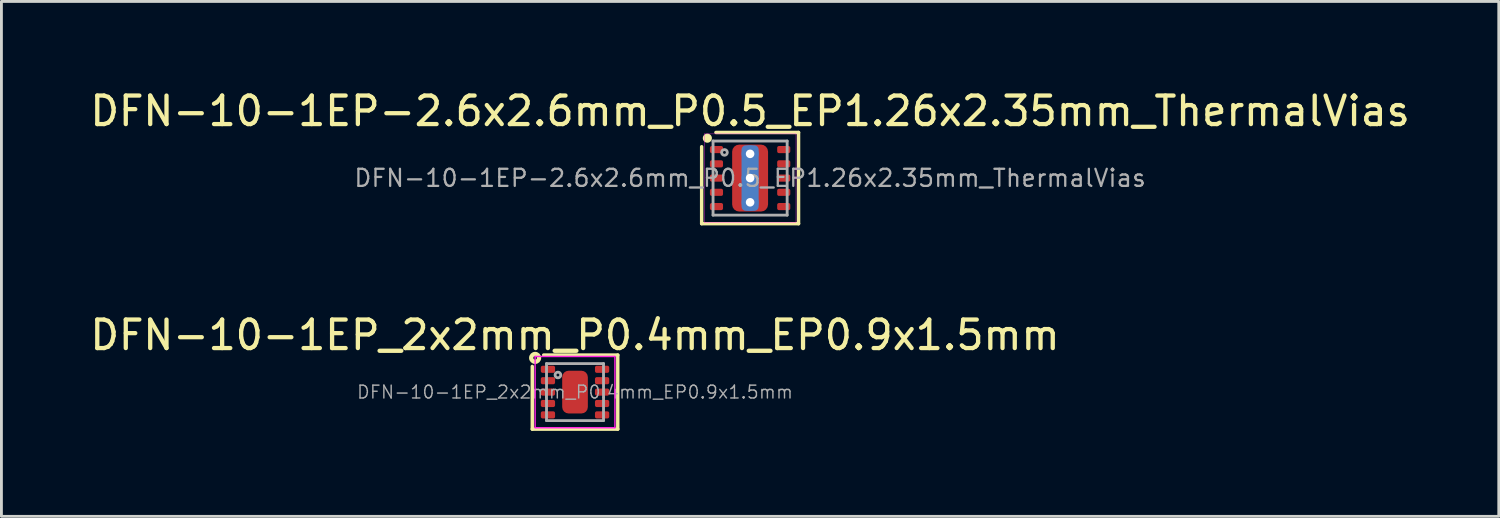
<source format=kicad_pcb>
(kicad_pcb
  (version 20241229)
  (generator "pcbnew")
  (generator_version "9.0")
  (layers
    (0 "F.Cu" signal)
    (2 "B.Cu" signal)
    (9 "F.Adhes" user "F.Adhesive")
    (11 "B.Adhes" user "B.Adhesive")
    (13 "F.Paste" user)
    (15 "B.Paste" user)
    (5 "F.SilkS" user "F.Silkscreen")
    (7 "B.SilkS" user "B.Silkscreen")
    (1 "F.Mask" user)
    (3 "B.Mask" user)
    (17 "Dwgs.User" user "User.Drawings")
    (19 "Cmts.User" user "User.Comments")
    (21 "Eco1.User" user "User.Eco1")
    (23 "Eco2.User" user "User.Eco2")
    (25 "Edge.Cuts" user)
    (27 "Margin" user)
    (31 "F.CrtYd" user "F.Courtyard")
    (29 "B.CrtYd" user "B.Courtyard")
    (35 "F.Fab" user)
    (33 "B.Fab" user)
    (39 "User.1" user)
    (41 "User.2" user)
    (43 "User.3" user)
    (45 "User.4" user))
  (footprint "DFN-10-1EP_2x2mm_P0.4mm_EP0.9x1.5mm"
    (layer "F.Cu")
    (at 17.125 10.707)
    (property "Reference" "DFN-10-1EP_2x2mm_P0.4mm_EP0.9x1.5mm" (at 0 -2 0) (layer "F.SilkS") (effects (font (size 1 1) (thickness 0.15))))
    (attr smd)
    (fp_line (start -1.5 1.3) (end -1.5 -0.9) (stroke (width 0.12) (type solid)) (layer "F.SilkS"))
    (fp_line (start -1.1 -1.3) (end 1.5 -1.3) (stroke (width 0.12) (type solid)) (layer "F.SilkS"))
    (fp_line (start 1.5 -1.3) (end 1.5 1.3) (stroke (width 0.12) (type solid)) (layer "F.SilkS"))
    (fp_line (start 1.5 1.3) (end -1.5 1.3) (stroke (width 0.12) (type solid)) (layer "F.SilkS"))
    (fp_circle (center -1.4 -1.2) (end -1.337 -1.2) (stroke (width 0.15) (type solid)) (fill no) (layer "F.SilkS"))
    (fp_line (start -1.4 1.25) (end -1.4 -1.25) (stroke (width 0.05) (type solid)) (layer "F.CrtYd"))
    (fp_line (start -1.4 1.25) (end 1.4 1.25) (stroke (width 0.05) (type solid)) (layer "F.CrtYd"))
    (fp_line (start 1.4 -1.25) (end -1.4 -1.25) (stroke (width 0.05) (type solid)) (layer "F.CrtYd"))
    (fp_line (start 1.4 -1.25) (end 1.4 1.25) (stroke (width 0.05) (type solid)) (layer "F.CrtYd"))
    (fp_line (start -1 -1) (end -1 1) (stroke (width 0.1) (type solid)) (layer "F.Fab"))
    (fp_line (start 1 -1) (end -1 -1) (stroke (width 0.1) (type solid)) (layer "F.Fab"))
    (fp_line (start 1 1) (end -1 1) (stroke (width 0.1) (type solid)) (layer "F.Fab"))
    (fp_line (start 1 1) (end 1 -1) (stroke (width 0.1) (type solid)) (layer "F.Fab"))
    (fp_circle (center -0.6 -0.6) (end -0.5 -0.6) (stroke (width 0.1) (type solid)) (fill no) (layer "F.Fab"))
    (fp_text user "${REFERENCE}" (at 0 0 0) (layer "F.Fab") (effects (font (size 0.45 0.45) (thickness 0.05))))
    (pad "" smd roundrect (at 0 -0.4) (size 0.7 0.6) (layers "F.Paste") (roundrect_rratio 0.25))
    (pad "" smd roundrect (at 0 0.4) (size 0.7 0.6) (layers "F.Paste") (roundrect_rratio 0.25))
    (pad "1" smd roundrect (at -0.95 -0.8) (size 0.5 0.25) (layers "F.Cu" "F.Mask" "F.Paste") (roundrect_rratio 0.25))
    (pad "2" smd roundrect (at -0.95 -0.4) (size 0.5 0.25) (layers "F.Cu" "F.Mask" "F.Paste") (roundrect_rratio 0.25))
    (pad "3" smd roundrect (at -0.95 0) (size 0.5 0.25) (layers "F.Cu" "F.Mask" "F.Paste") (roundrect_rratio 0.25))
    (pad "4" smd roundrect (at -0.95 0.4) (size 0.5 0.25) (layers "F.Cu" "F.Mask" "F.Paste") (roundrect_rratio 0.25))
    (pad "5" smd roundrect (at -0.95 0.8) (size 0.5 0.25) (layers "F.Cu" "F.Mask" "F.Paste") (roundrect_rratio 0.25))
    (pad "6" smd roundrect (at 0.95 0.8) (size 0.5 0.25) (layers "F.Cu" "F.Mask" "F.Paste") (roundrect_rratio 0.25))
    (pad "7" smd roundrect (at 0.95 0.4) (size 0.5 0.25) (layers "F.Cu" "F.Mask" "F.Paste") (roundrect_rratio 0.25))
    (pad "8" smd roundrect (at 0.95 0) (size 0.5 0.25) (layers "F.Cu" "F.Mask" "F.Paste") (roundrect_rratio 0.25))
    (pad "9" smd roundrect (at 0.95 -0.4) (size 0.5 0.25) (layers "F.Cu" "F.Mask" "F.Paste") (roundrect_rratio 0.25))
    (pad "10" smd roundrect (at 0.95 -0.8) (size 0.5 0.25) (layers "F.Cu" "F.Mask" "F.Paste") (roundrect_rratio 0.25))
    (pad "11" smd roundrect (at 0 0) (size 0.9 1.5) (layers "F.Cu" "F.Mask") (roundrect_rratio 0.25)))
  (footprint "DFN-10-1EP-2.6x2.6mm_P0.5_EP1.26x2.35mm_ThermalVias"
    (layer "F.Cu")
    (at 23.268 3.198)
    (property "Reference" "DFN-10-1EP-2.6x2.6mm_P0.5_EP1.26x2.35mm_ThermalVias" (at 0 -2.35 0) (unlocked yes) (layer "F.SilkS") (effects (font (size 1 1) (thickness 0.15))))
    (fp_line (start -1.7 1.6) (end -1.7 -1.1) (stroke (width 0.12) (type solid)) (layer "F.SilkS"))
    (fp_line (start -1.7 1.6) (end 1.7 1.6) (stroke (width 0.12) (type solid)) (layer "F.SilkS"))
    (fp_line (start 1.7 -1.6) (end -1.2 -1.6) (stroke (width 0.12) (type solid)) (layer "F.SilkS"))
    (fp_line (start 1.7 1.6) (end 1.7 -1.6) (stroke (width 0.12) (type solid)) (layer "F.SilkS"))
    (fp_circle (center -1.5 -1.4) (end -1.4 -1.4) (stroke (width 0.12) (type solid)) (fill yes) (layer "F.SilkS"))
    (fp_line (start -1.61 -1.55) (end -1.61 1.55) (stroke (width 0.013) (type solid)) (layer "F.CrtYd"))
    (fp_line (start -1.61 1.55) (end 1.61 1.55) (stroke (width 0.013) (type solid)) (layer "F.CrtYd"))
    (fp_line (start 1.61 -1.55) (end -1.61 -1.55) (stroke (width 0.013) (type solid)) (layer "F.CrtYd"))
    (fp_line (start 1.61 1.55) (end 1.61 -1.55) (stroke (width 0.013) (type solid)) (layer "F.CrtYd"))
    (fp_line (start -1.3 -1.3) (end 1.3 -1.3) (stroke (width 0.1) (type solid)) (layer "F.Fab"))
    (fp_line (start -1.3 1.3) (end -1.3 -1.3) (stroke (width 0.1) (type solid)) (layer "F.Fab"))
    (fp_line (start 1.3 -1.3) (end 1.3 1.3) (stroke (width 0.1) (type solid)) (layer "F.Fab"))
    (fp_line (start 1.3 1.3) (end -1.3 1.3) (stroke (width 0.1) (type solid)) (layer "F.Fab"))
    (fp_circle (center -0.9 -0.9) (end -0.8 -0.9) (stroke (width 0.1) (type solid)) (fill no) (layer "F.Fab"))
    (fp_text user "${REFERENCE}" (at 0 0 180) (layer "F.Fab") (effects (font (size 0.6 0.6) (thickness 0.08))))
    (pad "" smd roundrect (at -0.325 -0.575) (size 0.45 0.95) (layers "F.Paste") (roundrect_rratio 0.25))
    (pad "" smd roundrect (at -0.325 0.575) (size 0.45 0.95) (layers "F.Paste") (roundrect_rratio 0.25))
    (pad "" smd roundrect (at 0.325 -0.575) (size 0.45 0.95) (layers "F.Paste") (roundrect_rratio 0.25))
    (pad "" smd roundrect (at 0.325 0.575) (size 0.45 0.95) (layers "F.Paste") (roundrect_rratio 0.25))
    (pad "1" smd roundrect (at -1.18 -1) (size 0.46 0.25) (layers "F.Cu" "F.Mask" "F.Paste") (roundrect_rratio 0.25))
    (pad "2" smd roundrect (at -1.18 -0.5) (size 0.46 0.25) (layers "F.Cu" "F.Mask" "F.Paste") (roundrect_rratio 0.25))
    (pad "3" smd roundrect (at -1.18 0) (size 0.46 0.25) (layers "F.Cu" "F.Mask" "F.Paste") (roundrect_rratio 0.25))
    (pad "4" smd roundrect (at -1.18 0.5) (size 0.46 0.25) (layers "F.Cu" "F.Mask" "F.Paste") (roundrect_rratio 0.25))
    (pad "5" smd roundrect (at -1.18 1) (size 0.46 0.25) (layers "F.Cu" "F.Mask" "F.Paste") (roundrect_rratio 0.25))
    (pad "6" smd roundrect (at 1.18 1) (size 0.46 0.25) (layers "F.Cu" "F.Mask" "F.Paste") (roundrect_rratio 0.25))
    (pad "7" smd roundrect (at 1.18 0.5) (size 0.46 0.25) (layers "F.Cu" "F.Mask" "F.Paste") (roundrect_rratio 0.25))
    (pad "8" smd roundrect (at 1.18 0) (size 0.46 0.25) (layers "F.Cu" "F.Mask" "F.Paste") (roundrect_rratio 0.25))
    (pad "9" smd roundrect (at 1.18 -0.5) (size 0.46 0.25) (layers "F.Cu" "F.Mask" "F.Paste") (roundrect_rratio 0.25))
    (pad "10" smd roundrect (at 1.18 -1) (size 0.46 0.25) (layers "F.Cu" "F.Mask" "F.Paste") (roundrect_rratio 0.25))
    (pad "11" thru_hole circle (at 0 -0.85) (size 0.6 0.6) (drill 0.3) (property pad_prop_heatsink) (layers "*.Cu"))
    (pad "11" thru_hole circle (at 0 0) (size 0.6 0.6) (drill 0.3) (property pad_prop_heatsink) (layers "*.Cu"))
    (pad "11" smd roundrect (at 0 0) (size 0.6 2.3) (layers "B.Cu" "B.Mask") (roundrect_rratio 0.25))
    (pad "11" smd roundrect (at 0 0) (size 1.26 2.35) (layers "F.Cu" "F.Mask") (roundrect_rratio 0.198))
    (pad "11" thru_hole circle (at 0 0.85) (size 0.6 0.6) (drill 0.3) (property pad_prop_heatsink) (layers "*.Cu")))
  (gr_rect
    (start -3 -3)
    (end 49.536 15.066)
    (stroke (width 0.1) (type default))
    (fill no)
    (layer "Edge.Cuts")))
</source>
